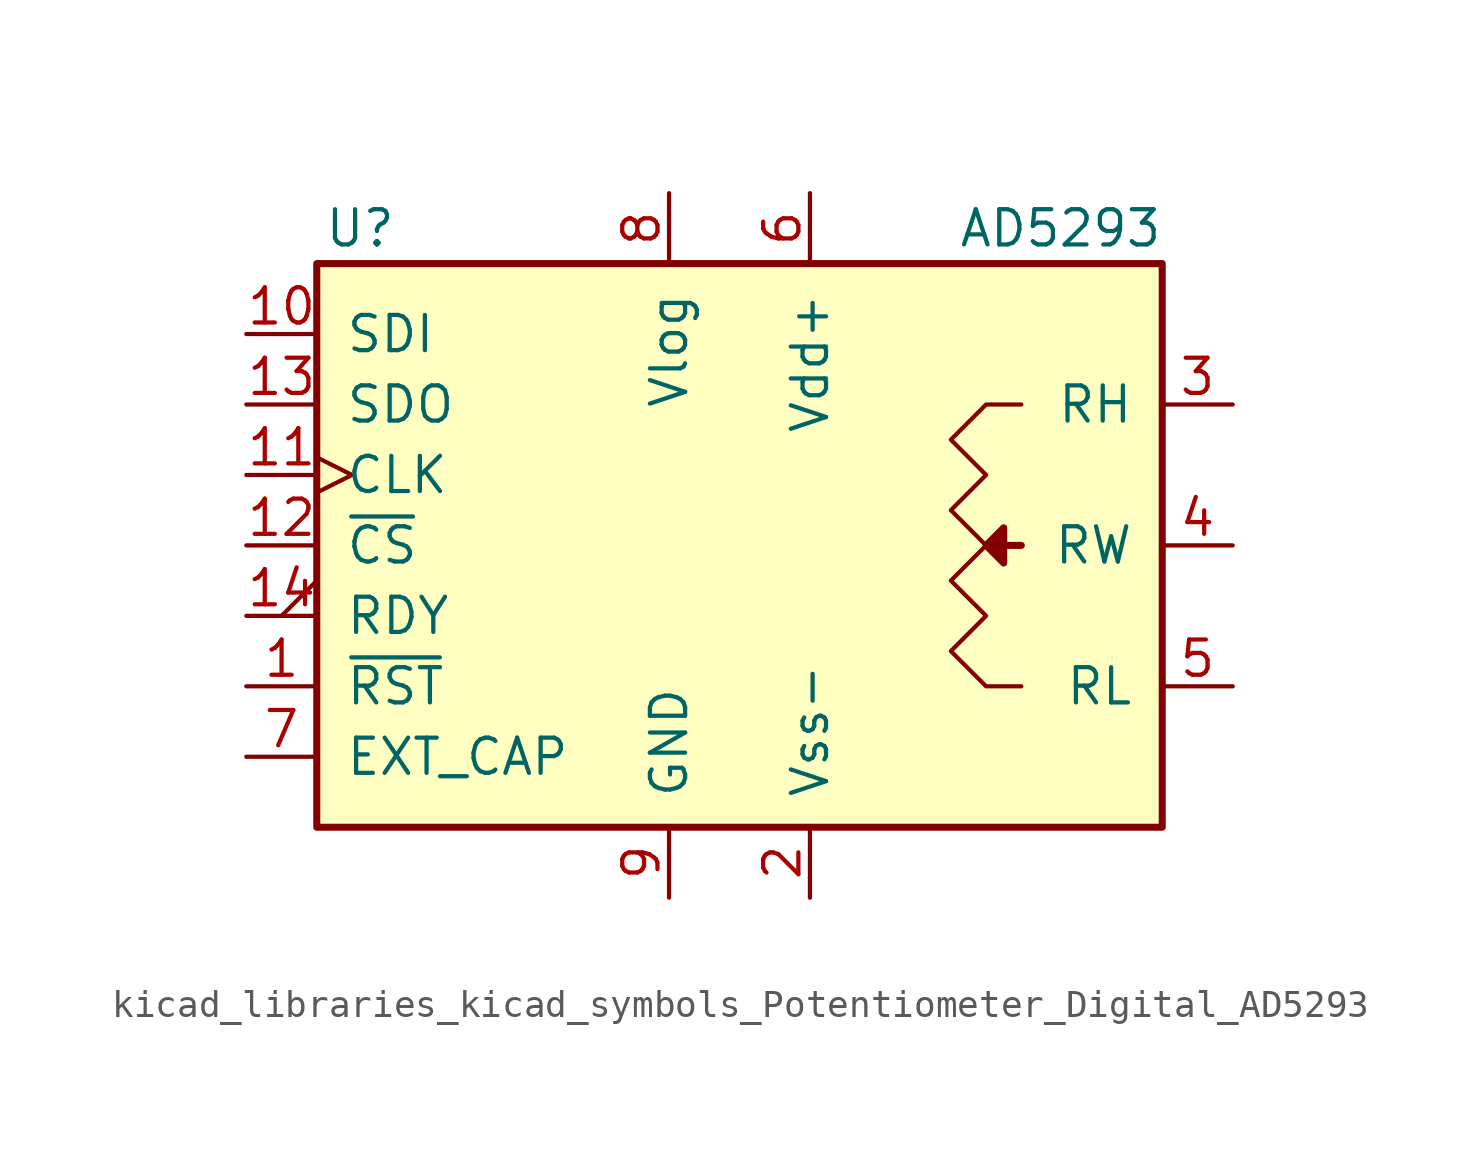
<source format=kicad_sym>
(kicad_symbol_lib
  (version 20220914)
  (generator kicad_symbol_editor)
  (symbol "kicad_libraries_kicad_symbols_Potentiometer_Digital_AD5293"
    (pin_names
      (offset 1.016))
    (property "Reference" "U"
      (at -14.986 11.43 0)
      (effects (font (size 1.27 1.27)) (justify left)))
    (property "Value" "AD5293"
      (at 7.874 11.43 0)
      (effects (font (size 1.27 1.27)) (justify left)))
    (symbol "kicad_libraries_kicad_symbols_Potentiometer_Digital_AD5293_0_1"
      (rectangle (start -15.24 10.16) (end 15.24 -10.16) (stroke (width 0.254) (type default)) (fill (type background)))
      (polyline (pts (xy 9.525 0) (xy 10.16 0)) (stroke (width 0.254) (type default)) (fill (type none)))
      (polyline (pts (xy 8.89 0) (xy 9.525 0.635) (xy 9.525 -0.635) (xy 8.89 0)) (stroke (width 0.254) (type default)) (fill (type outline)))
      (polyline (pts (xy 10.16 5.08) (xy 8.89 5.08) (xy 7.62 3.81) (xy 8.89 2.54) (xy 7.62 1.27) (xy 8.89 0) (xy 7.62 -1.27) (xy 8.89 -2.54) (xy 7.62 -3.81) (xy 8.89 -5.08) (xy 10.16 -5.08) (xy 10.16 -5.08) (xy 10.16 -5.08)) (stroke (width 0) (type default)) (fill (type none))))
    (symbol "kicad_libraries_kicad_symbols_Potentiometer_Digital_AD5293_1_1"
      (pin input line (at -17.78 -5.08 0) (length 2.54) (name "~{RST}" (effects (font (size 1.27 1.27)))) (number "1" (effects (font (size 1.27 1.27)))))
      (pin input line (at -17.78 7.62 0) (length 2.54) (name "SDI" (effects (font (size 1.27 1.27)))) (number "10" (effects (font (size 1.27 1.27)))))
      (pin input clock (at -17.78 2.54 0) (length 2.54) (name "CLK" (effects (font (size 1.27 1.27)))) (number "11" (effects (font (size 1.27 1.27)))))
      (pin input line (at -17.78 0 0) (length 2.54) (name "~{CS}" (effects (font (size 1.27 1.27)))) (number "12" (effects (font (size 1.27 1.27)))))
      (pin output line (at -17.78 5.08 0) (length 2.54) (name "SDO" (effects (font (size 1.27 1.27)))) (number "13" (effects (font (size 1.27 1.27)))))
      (pin open_collector output_low (at -17.78 -2.54 0) (length 2.54) (name "RDY" (effects (font (size 1.27 1.27)))) (number "14" (effects (font (size 1.27 1.27)))))
      (pin power_in line (at 2.54 -12.7 90) (length 2.54) (name "Vss-" (effects (font (size 1.27 1.27)))) (number "2" (effects (font (size 1.27 1.27)))))
      (pin passive line (at 17.78 5.08 180) (length 2.54) (name "RH" (effects (font (size 1.27 1.27)))) (number "3" (effects (font (size 1.27 1.27)))))
      (pin passive line (at 17.78 0 180) (length 2.54) (name "RW" (effects (font (size 1.27 1.27)))) (number "4" (effects (font (size 1.27 1.27)))))
      (pin passive line (at 17.78 -5.08 180) (length 2.54) (name "RL" (effects (font (size 1.27 1.27)))) (number "5" (effects (font (size 1.27 1.27)))))
      (pin power_in line (at 2.54 12.7 270) (length 2.54) (name "Vdd+" (effects (font (size 1.27 1.27)))) (number "6" (effects (font (size 1.27 1.27)))))
      (pin passive line (at -17.78 -7.62 0) (length 2.54) (name "EXT_CAP" (effects (font (size 1.27 1.27)))) (number "7" (effects (font (size 1.27 1.27)))))
      (pin power_in line (at -2.54 12.7 270) (length 2.54) (name "Vlog" (effects (font (size 1.27 1.27)))) (number "8" (effects (font (size 1.27 1.27)))))
      (pin power_in line (at -2.54 -12.7 90) (length 2.54) (name "GND" (effects (font (size 1.27 1.27)))) (number "9" (effects (font (size 1.27 1.27))))))))
</source>
